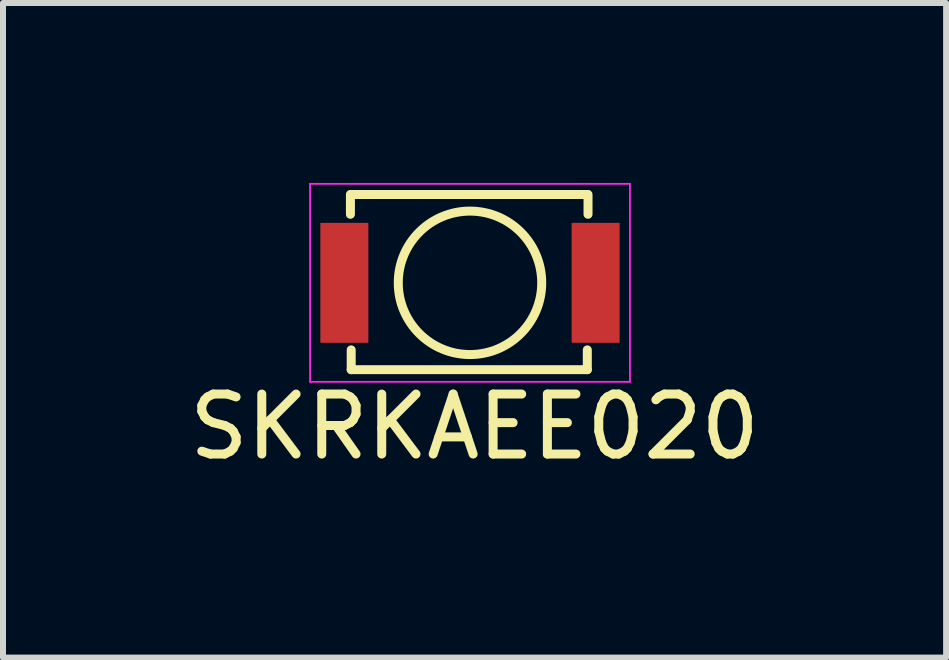
<source format=kicad_pcb>
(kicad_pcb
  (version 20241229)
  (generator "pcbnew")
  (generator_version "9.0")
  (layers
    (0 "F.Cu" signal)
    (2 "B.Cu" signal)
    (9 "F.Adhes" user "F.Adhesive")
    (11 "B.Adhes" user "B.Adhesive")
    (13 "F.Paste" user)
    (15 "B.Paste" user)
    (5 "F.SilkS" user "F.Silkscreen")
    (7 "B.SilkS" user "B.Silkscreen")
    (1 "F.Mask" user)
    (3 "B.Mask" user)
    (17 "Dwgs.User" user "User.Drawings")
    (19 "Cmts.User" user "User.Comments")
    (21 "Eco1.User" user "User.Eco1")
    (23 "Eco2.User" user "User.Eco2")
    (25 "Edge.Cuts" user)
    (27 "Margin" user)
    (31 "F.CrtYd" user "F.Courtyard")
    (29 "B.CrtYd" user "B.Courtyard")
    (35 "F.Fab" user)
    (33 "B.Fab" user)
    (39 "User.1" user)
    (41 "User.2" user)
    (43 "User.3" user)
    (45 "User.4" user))
  (footprint "SKRKAEE020"
    (layer "F.Cu")
    (at 4.787 1.666)
    (property "Reference" "SKRKAEE020" (at 0.076 2.4 0) (layer "F.SilkS") (effects (font (size 1 1) (thickness 0.15))))
    (attr through_hole)
    (fp_line (start -1.994 -1.143) (end -1.994 -1.473) (stroke (width 0.15) (type solid)) (layer "F.SilkS"))
    (fp_line (start -1.981 -1.473) (end 1.956 -1.473) (stroke (width 0.15) (type solid)) (layer "F.SilkS"))
    (fp_line (start -1.981 1.448) (end -1.981 1.118) (stroke (width 0.15) (type solid)) (layer "F.SilkS"))
    (fp_line (start 1.956 1.118) (end 1.956 1.448) (stroke (width 0.15) (type solid)) (layer "F.SilkS"))
    (fp_line (start 1.956 1.448) (end -1.981 1.448) (stroke (width 0.15) (type solid)) (layer "F.SilkS"))
    (fp_line (start 1.968 -1.143) (end 1.968 -1.473) (stroke (width 0.15) (type solid)) (layer "F.SilkS"))
    (fp_circle (center 0 0) (end 0.889 0.8) (stroke (width 0.15) (type solid)) (fill no) (layer "F.SilkS"))
    (fp_line (start -2.667 -1.651) (end -2.667 1.651) (stroke (width 0.03) (type solid)) (layer "F.CrtYd"))
    (fp_line (start -2.667 1.651) (end 2.667 1.651) (stroke (width 0.03) (type solid)) (layer "F.CrtYd"))
    (fp_line (start 2.667 -1.651) (end -2.667 -1.651) (stroke (width 0.03) (type solid)) (layer "F.CrtYd"))
    (fp_line (start 2.667 1.651) (end 2.667 -1.651) (stroke (width 0.03) (type solid)) (layer "F.CrtYd"))
    (pad "1" smd rect (at -2.095 0) (size 0.8 2) (layers "F.Cu" "F.Mask" "F.Paste"))
    (pad "2" smd rect (at 2.095 0) (size 0.8 2) (layers "F.Cu" "F.Mask" "F.Paste")))
  (gr_rect
    (start -3 -3)
    (end 12.726 7.915)
    (stroke (width 0.1) (type default))
    (fill no)
    (layer "Edge.Cuts")))
</source>
